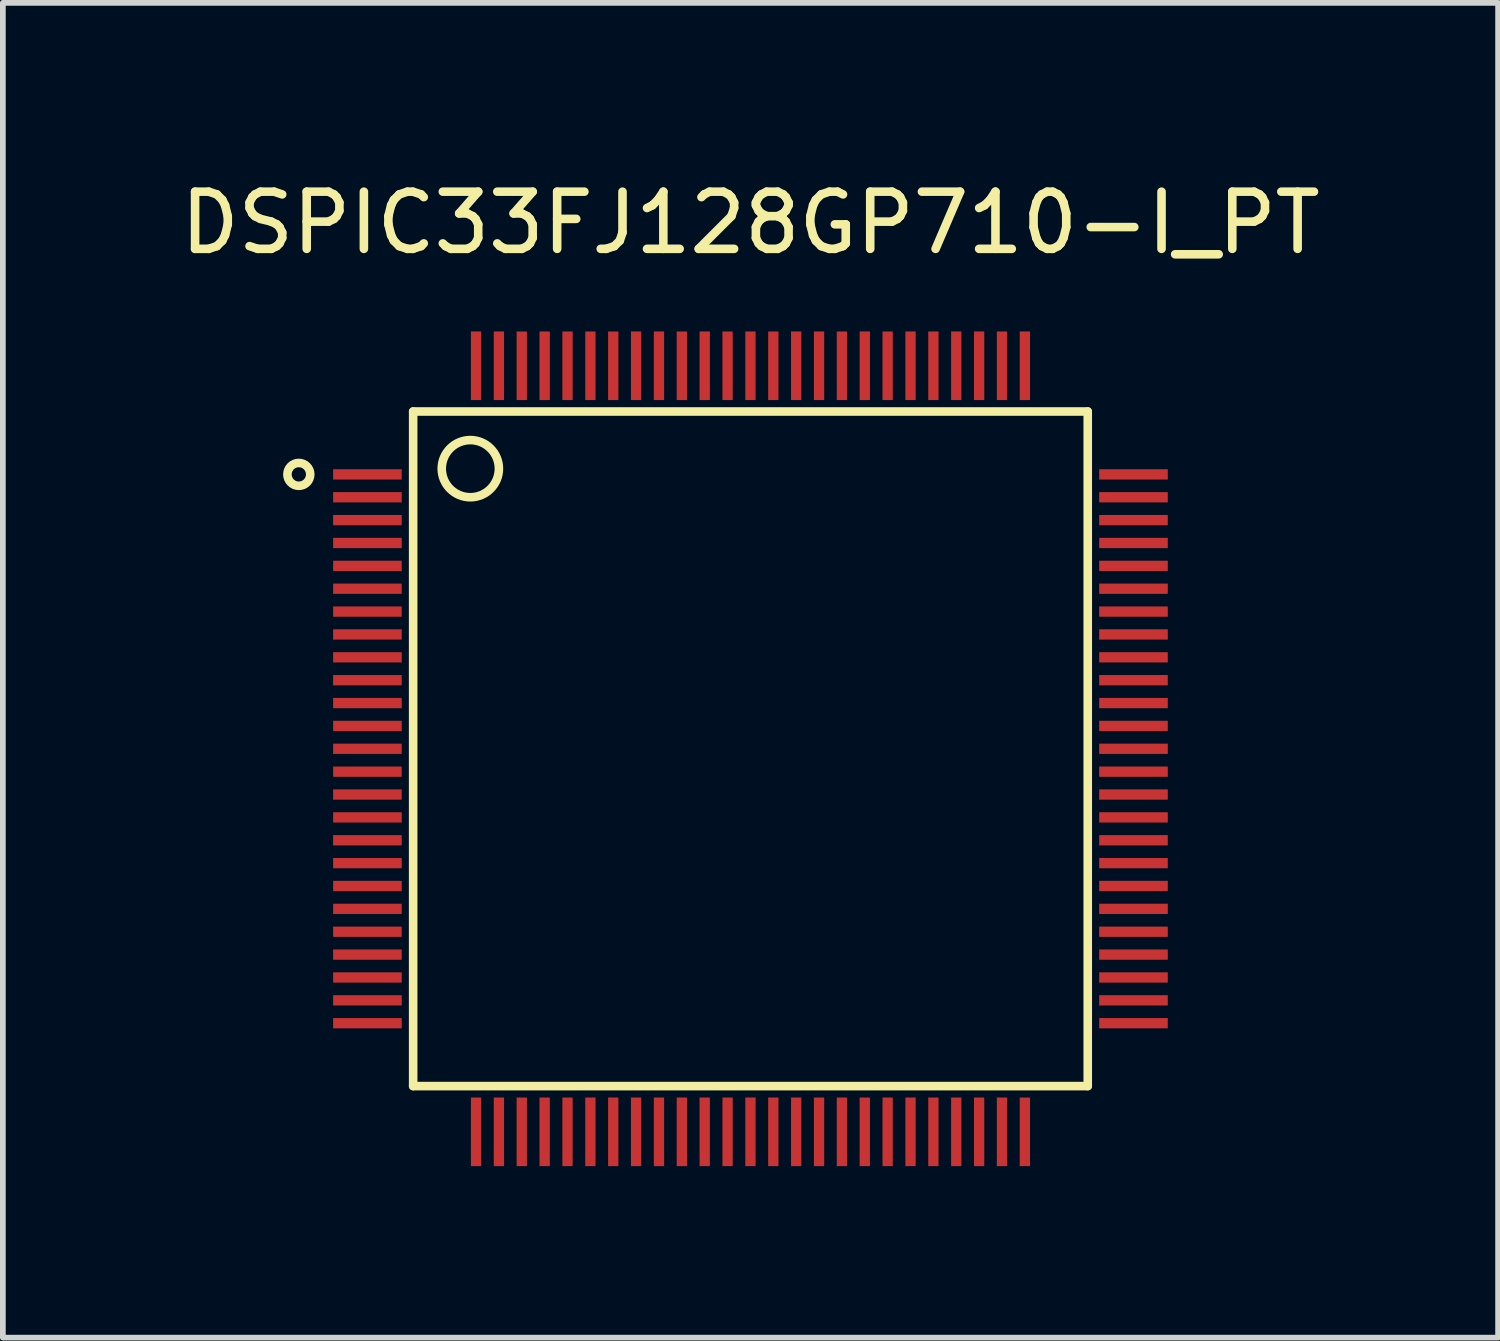
<source format=kicad_pcb>
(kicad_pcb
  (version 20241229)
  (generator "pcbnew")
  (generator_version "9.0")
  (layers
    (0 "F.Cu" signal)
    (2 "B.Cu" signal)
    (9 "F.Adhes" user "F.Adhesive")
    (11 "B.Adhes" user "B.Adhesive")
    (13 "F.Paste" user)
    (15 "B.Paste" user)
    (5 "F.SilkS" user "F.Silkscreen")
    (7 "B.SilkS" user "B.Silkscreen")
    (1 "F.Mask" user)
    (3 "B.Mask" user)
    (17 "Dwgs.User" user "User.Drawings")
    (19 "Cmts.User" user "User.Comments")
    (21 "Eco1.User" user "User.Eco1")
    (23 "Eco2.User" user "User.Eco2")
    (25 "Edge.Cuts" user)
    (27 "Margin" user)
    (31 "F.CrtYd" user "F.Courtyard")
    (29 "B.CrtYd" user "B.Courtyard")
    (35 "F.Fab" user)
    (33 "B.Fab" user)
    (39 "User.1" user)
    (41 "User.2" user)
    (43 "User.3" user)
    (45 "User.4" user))
  (footprint "DSPIC33FJ128GP710-I_PT"
    (layer "F.Cu")
    (at 3.377 3.348)
    (property "Reference" "DSPIC33FJ128GP710-I_PT" (at 6.7 -2.5 0) (layer "F.SilkS") (effects (font (size 1 1) (thickness 0.15))))
    (attr through_hole)
    (fp_line (start 0.8 0.8) (end 0.8 12.6) (stroke (width 0.15) (type solid)) (layer "F.SilkS"))
    (fp_line (start 0.8 0.8) (end 12.6 0.8) (stroke (width 0.15) (type solid)) (layer "F.SilkS"))
    (fp_line (start 0.8 12.6) (end 12.6 12.6) (stroke (width 0.15) (type solid)) (layer "F.SilkS"))
    (fp_line (start 12.6 12.6) (end 12.6 0.8) (stroke (width 0.15) (type solid)) (layer "F.SilkS"))
    (fp_circle (center -1.2 1.9) (end -1.2 1.7) (stroke (width 0.15) (type solid)) (fill no) (layer "F.SilkS"))
    (fp_circle (center 1.8 1.8) (end 1.8 1.3) (stroke (width 0.15) (type solid)) (fill no) (layer "F.SilkS"))
    (pad "1" smd rect (at 0 1.9) (size 1.2 0.18) (layers "F.Cu" "F.Mask" "F.Paste"))
    (pad "2" smd rect (at 0 2.3) (size 1.2 0.18) (layers "F.Cu" "F.Mask" "F.Paste"))
    (pad "3" smd rect (at 0 2.7) (size 1.2 0.18) (layers "F.Cu" "F.Mask" "F.Paste"))
    (pad "4" smd rect (at 0 3.1) (size 1.2 0.18) (layers "F.Cu" "F.Mask" "F.Paste"))
    (pad "5" smd rect (at 0 3.5) (size 1.2 0.18) (layers "F.Cu" "F.Mask" "F.Paste"))
    (pad "6" smd rect (at 0 3.9) (size 1.2 0.18) (layers "F.Cu" "F.Mask" "F.Paste"))
    (pad "7" smd rect (at 0 4.3) (size 1.2 0.18) (layers "F.Cu" "F.Mask" "F.Paste"))
    (pad "8" smd rect (at 0 4.7) (size 1.2 0.18) (layers "F.Cu" "F.Mask" "F.Paste"))
    (pad "9" smd rect (at 0 5.1) (size 1.2 0.18) (layers "F.Cu" "F.Mask" "F.Paste"))
    (pad "10" smd rect (at 0 5.5) (size 1.2 0.18) (layers "F.Cu" "F.Mask" "F.Paste"))
    (pad "11" smd rect (at 0 5.9) (size 1.2 0.18) (layers "F.Cu" "F.Mask" "F.Paste"))
    (pad "12" smd rect (at 0 6.3) (size 1.2 0.18) (layers "F.Cu" "F.Mask" "F.Paste"))
    (pad "13" smd rect (at 0 6.7) (size 1.2 0.18) (layers "F.Cu" "F.Mask" "F.Paste"))
    (pad "14" smd rect (at 0 7.1) (size 1.2 0.18) (layers "F.Cu" "F.Mask" "F.Paste"))
    (pad "15" smd rect (at 0 7.5) (size 1.2 0.18) (layers "F.Cu" "F.Mask" "F.Paste"))
    (pad "16" smd rect (at 0 7.9) (size 1.2 0.18) (layers "F.Cu" "F.Mask" "F.Paste"))
    (pad "17" smd rect (at 0 8.3) (size 1.2 0.18) (layers "F.Cu" "F.Mask" "F.Paste"))
    (pad "18" smd rect (at 0 8.7) (size 1.2 0.18) (layers "F.Cu" "F.Mask" "F.Paste"))
    (pad "19" smd rect (at 0 9.1) (size 1.2 0.18) (layers "F.Cu" "F.Mask" "F.Paste"))
    (pad "20" smd rect (at 0 9.5) (size 1.2 0.18) (layers "F.Cu" "F.Mask" "F.Paste"))
    (pad "21" smd rect (at 0 9.9) (size 1.2 0.18) (layers "F.Cu" "F.Mask" "F.Paste"))
    (pad "22" smd rect (at 0 10.3) (size 1.2 0.18) (layers "F.Cu" "F.Mask" "F.Paste"))
    (pad "23" smd rect (at 0 10.7) (size 1.2 0.18) (layers "F.Cu" "F.Mask" "F.Paste"))
    (pad "24" smd rect (at 0 11.1) (size 1.2 0.18) (layers "F.Cu" "F.Mask" "F.Paste"))
    (pad "25" smd rect (at 0 11.5) (size 1.2 0.18) (layers "F.Cu" "F.Mask" "F.Paste"))
    (pad "26" smd rect (at 1.9 13.4) (size 0.18 1.2) (layers "F.Cu" "F.Mask" "F.Paste"))
    (pad "27" smd rect (at 2.3 13.4) (size 0.18 1.2) (layers "F.Cu" "F.Mask" "F.Paste"))
    (pad "28" smd rect (at 2.7 13.4) (size 0.18 1.2) (layers "F.Cu" "F.Mask" "F.Paste"))
    (pad "29" smd rect (at 3.1 13.4) (size 0.18 1.2) (layers "F.Cu" "F.Mask" "F.Paste"))
    (pad "30" smd rect (at 3.5 13.4) (size 0.18 1.2) (layers "F.Cu" "F.Mask" "F.Paste"))
    (pad "31" smd rect (at 3.9 13.4) (size 0.18 1.2) (layers "F.Cu" "F.Mask" "F.Paste"))
    (pad "32" smd rect (at 4.3 13.4) (size 0.18 1.2) (layers "F.Cu" "F.Mask" "F.Paste"))
    (pad "33" smd rect (at 4.7 13.4) (size 0.18 1.2) (layers "F.Cu" "F.Mask" "F.Paste"))
    (pad "34" smd rect (at 5.1 13.4) (size 0.18 1.2) (layers "F.Cu" "F.Mask" "F.Paste"))
    (pad "35" smd rect (at 5.5 13.4) (size 0.18 1.2) (layers "F.Cu" "F.Mask" "F.Paste"))
    (pad "36" smd rect (at 5.9 13.4) (size 0.18 1.2) (layers "F.Cu" "F.Mask" "F.Paste"))
    (pad "37" smd rect (at 6.3 13.4) (size 0.18 1.2) (layers "F.Cu" "F.Mask" "F.Paste"))
    (pad "38" smd rect (at 6.7 13.4) (size 0.18 1.2) (layers "F.Cu" "F.Mask" "F.Paste"))
    (pad "39" smd rect (at 7.1 13.4) (size 0.18 1.2) (layers "F.Cu" "F.Mask" "F.Paste"))
    (pad "40" smd rect (at 7.5 13.4) (size 0.18 1.2) (layers "F.Cu" "F.Mask" "F.Paste"))
    (pad "41" smd rect (at 7.9 13.4) (size 0.18 1.2) (layers "F.Cu" "F.Mask" "F.Paste"))
    (pad "42" smd rect (at 8.3 13.4) (size 0.18 1.2) (layers "F.Cu" "F.Mask" "F.Paste"))
    (pad "43" smd rect (at 8.7 13.4) (size 0.18 1.2) (layers "F.Cu" "F.Mask" "F.Paste"))
    (pad "44" smd rect (at 9.1 13.4) (size 0.18 1.2) (layers "F.Cu" "F.Mask" "F.Paste"))
    (pad "45" smd rect (at 9.5 13.4) (size 0.18 1.2) (layers "F.Cu" "F.Mask" "F.Paste"))
    (pad "46" smd rect (at 9.9 13.4) (size 0.18 1.2) (layers "F.Cu" "F.Mask" "F.Paste"))
    (pad "47" smd rect (at 10.3 13.4) (size 0.18 1.2) (layers "F.Cu" "F.Mask" "F.Paste"))
    (pad "48" smd rect (at 10.7 13.4) (size 0.18 1.2) (layers "F.Cu" "F.Mask" "F.Paste"))
    (pad "49" smd rect (at 11.1 13.4) (size 0.18 1.2) (layers "F.Cu" "F.Mask" "F.Paste"))
    (pad "50" smd rect (at 11.5 13.4) (size 0.18 1.2) (layers "F.Cu" "F.Mask" "F.Paste"))
    (pad "51" smd rect (at 13.4 11.5) (size 1.2 0.18) (layers "F.Cu" "F.Mask" "F.Paste"))
    (pad "52" smd rect (at 13.4 11.1) (size 1.2 0.18) (layers "F.Cu" "F.Mask" "F.Paste"))
    (pad "53" smd rect (at 13.4 10.7) (size 1.2 0.18) (layers "F.Cu" "F.Mask" "F.Paste"))
    (pad "54" smd rect (at 13.4 10.3) (size 1.2 0.18) (layers "F.Cu" "F.Mask" "F.Paste"))
    (pad "55" smd rect (at 13.4 9.9) (size 1.2 0.18) (layers "F.Cu" "F.Mask" "F.Paste"))
    (pad "56" smd rect (at 13.4 9.5) (size 1.2 0.18) (layers "F.Cu" "F.Mask" "F.Paste"))
    (pad "57" smd rect (at 13.4 9.1) (size 1.2 0.18) (layers "F.Cu" "F.Mask" "F.Paste"))
    (pad "58" smd rect (at 13.4 8.7) (size 1.2 0.18) (layers "F.Cu" "F.Mask" "F.Paste"))
    (pad "59" smd rect (at 13.4 8.3) (size 1.2 0.18) (layers "F.Cu" "F.Mask" "F.Paste"))
    (pad "60" smd rect (at 13.4 7.9) (size 1.2 0.18) (layers "F.Cu" "F.Mask" "F.Paste"))
    (pad "61" smd rect (at 13.4 7.5) (size 1.2 0.18) (layers "F.Cu" "F.Mask" "F.Paste"))
    (pad "62" smd rect (at 13.4 7.1) (size 1.2 0.18) (layers "F.Cu" "F.Mask" "F.Paste"))
    (pad "63" smd rect (at 13.4 6.7) (size 1.2 0.18) (layers "F.Cu" "F.Mask" "F.Paste"))
    (pad "64" smd rect (at 13.4 6.3) (size 1.2 0.18) (layers "F.Cu" "F.Mask" "F.Paste"))
    (pad "65" smd rect (at 13.4 5.9) (size 1.2 0.18) (layers "F.Cu" "F.Mask" "F.Paste"))
    (pad "66" smd rect (at 13.4 5.5) (size 1.2 0.18) (layers "F.Cu" "F.Mask" "F.Paste"))
    (pad "67" smd rect (at 13.4 5.1) (size 1.2 0.18) (layers "F.Cu" "F.Mask" "F.Paste"))
    (pad "68" smd rect (at 13.4 4.7) (size 1.2 0.18) (layers "F.Cu" "F.Mask" "F.Paste"))
    (pad "69" smd rect (at 13.4 4.3) (size 1.2 0.18) (layers "F.Cu" "F.Mask" "F.Paste"))
    (pad "70" smd rect (at 13.4 3.9) (size 1.2 0.18) (layers "F.Cu" "F.Mask" "F.Paste"))
    (pad "71" smd rect (at 13.4 3.5) (size 1.2 0.18) (layers "F.Cu" "F.Mask" "F.Paste"))
    (pad "72" smd rect (at 13.4 3.1) (size 1.2 0.18) (layers "F.Cu" "F.Mask" "F.Paste"))
    (pad "73" smd rect (at 13.4 2.7) (size 1.2 0.18) (layers "F.Cu" "F.Mask" "F.Paste"))
    (pad "74" smd rect (at 13.4 2.3) (size 1.2 0.18) (layers "F.Cu" "F.Mask" "F.Paste"))
    (pad "75" smd rect (at 13.4 1.9) (size 1.2 0.18) (layers "F.Cu" "F.Mask" "F.Paste"))
    (pad "76" smd rect (at 11.5 0) (size 0.18 1.2) (layers "F.Cu" "F.Mask" "F.Paste"))
    (pad "77" smd rect (at 11.1 0) (size 0.18 1.2) (layers "F.Cu" "F.Mask" "F.Paste"))
    (pad "78" smd rect (at 10.7 0) (size 0.18 1.2) (layers "F.Cu" "F.Mask" "F.Paste"))
    (pad "79" smd rect (at 10.3 0) (size 0.18 1.2) (layers "F.Cu" "F.Mask" "F.Paste"))
    (pad "80" smd rect (at 9.9 0) (size 0.18 1.2) (layers "F.Cu" "F.Mask" "F.Paste"))
    (pad "81" smd rect (at 9.5 0) (size 0.18 1.2) (layers "F.Cu" "F.Mask" "F.Paste"))
    (pad "82" smd rect (at 9.1 0) (size 0.18 1.2) (layers "F.Cu" "F.Mask" "F.Paste"))
    (pad "83" smd rect (at 8.7 0) (size 0.18 1.2) (layers "F.Cu" "F.Mask" "F.Paste"))
    (pad "84" smd rect (at 8.3 0) (size 0.18 1.2) (layers "F.Cu" "F.Mask" "F.Paste"))
    (pad "85" smd rect (at 7.9 0) (size 0.18 1.2) (layers "F.Cu" "F.Mask" "F.Paste"))
    (pad "86" smd rect (at 7.5 0) (size 0.18 1.2) (layers "F.Cu" "F.Mask" "F.Paste"))
    (pad "87" smd rect (at 7.1 0) (size 0.18 1.2) (layers "F.Cu" "F.Mask" "F.Paste"))
    (pad "88" smd rect (at 6.7 0) (size 0.18 1.2) (layers "F.Cu" "F.Mask" "F.Paste"))
    (pad "89" smd rect (at 6.3 0) (size 0.18 1.2) (layers "F.Cu" "F.Mask" "F.Paste"))
    (pad "90" smd rect (at 5.9 0) (size 0.18 1.2) (layers "F.Cu" "F.Mask" "F.Paste"))
    (pad "91" smd rect (at 5.5 0) (size 0.18 1.2) (layers "F.Cu" "F.Mask" "F.Paste"))
    (pad "92" smd rect (at 5.1 0) (size 0.18 1.2) (layers "F.Cu" "F.Mask" "F.Paste"))
    (pad "93" smd rect (at 4.7 0) (size 0.18 1.2) (layers "F.Cu" "F.Mask" "F.Paste"))
    (pad "94" smd rect (at 4.3 0) (size 0.18 1.2) (layers "F.Cu" "F.Mask" "F.Paste"))
    (pad "95" smd rect (at 3.9 0) (size 0.18 1.2) (layers "F.Cu" "F.Mask" "F.Paste"))
    (pad "96" smd rect (at 3.5 0) (size 0.18 1.2) (layers "F.Cu" "F.Mask" "F.Paste"))
    (pad "97" smd rect (at 3.1 0) (size 0.18 1.2) (layers "F.Cu" "F.Mask" "F.Paste"))
    (pad "98" smd rect (at 2.7 0) (size 0.18 1.2) (layers "F.Cu" "F.Mask" "F.Paste"))
    (pad "99" smd rect (at 2.3 0) (size 0.18 1.2) (layers "F.Cu" "F.Mask" "F.Paste"))
    (pad "100" smd rect (at 1.9 0) (size 0.18 1.2) (layers "F.Cu" "F.Mask" "F.Paste")))
  (gr_rect
    (start -3 -3)
    (end 23.155 20.348)
    (stroke (width 0.1) (type default))
    (fill no)
    (layer "Edge.Cuts")))
</source>
